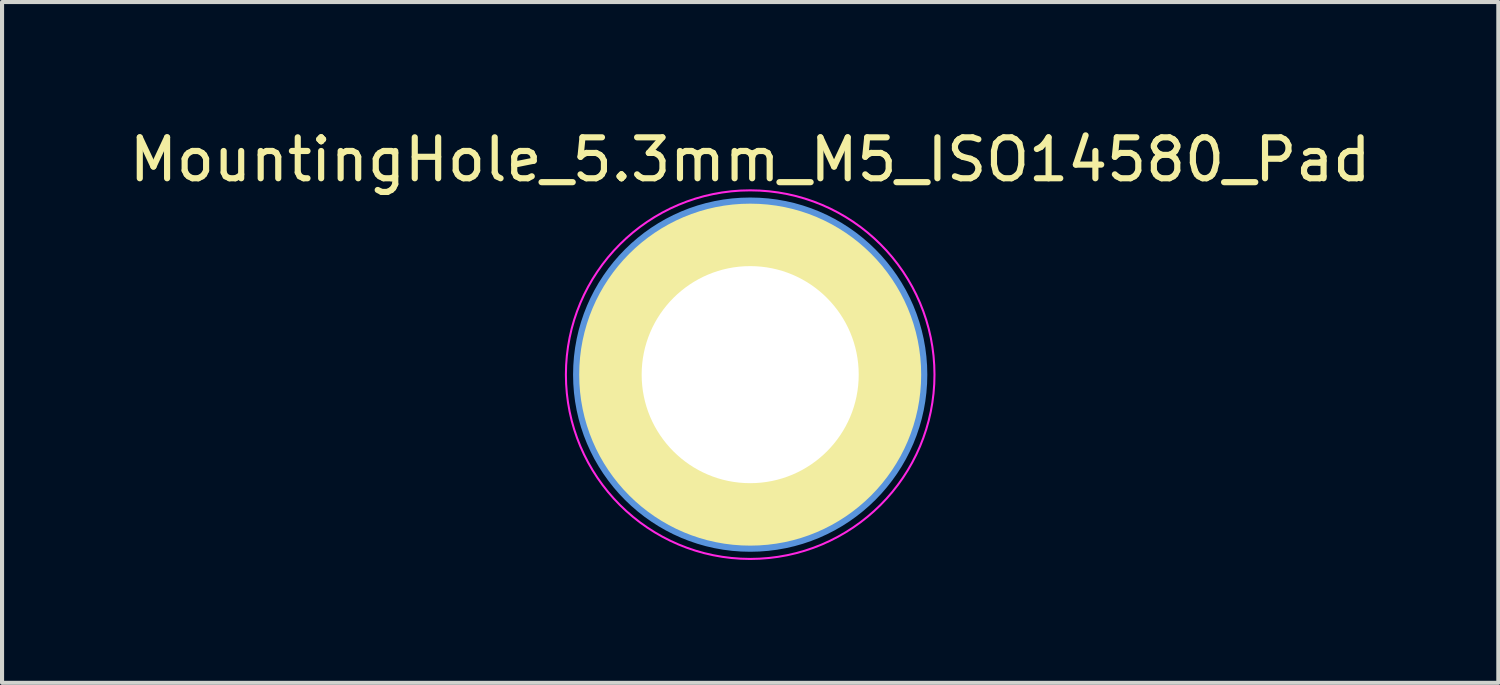
<source format=kicad_pcb>
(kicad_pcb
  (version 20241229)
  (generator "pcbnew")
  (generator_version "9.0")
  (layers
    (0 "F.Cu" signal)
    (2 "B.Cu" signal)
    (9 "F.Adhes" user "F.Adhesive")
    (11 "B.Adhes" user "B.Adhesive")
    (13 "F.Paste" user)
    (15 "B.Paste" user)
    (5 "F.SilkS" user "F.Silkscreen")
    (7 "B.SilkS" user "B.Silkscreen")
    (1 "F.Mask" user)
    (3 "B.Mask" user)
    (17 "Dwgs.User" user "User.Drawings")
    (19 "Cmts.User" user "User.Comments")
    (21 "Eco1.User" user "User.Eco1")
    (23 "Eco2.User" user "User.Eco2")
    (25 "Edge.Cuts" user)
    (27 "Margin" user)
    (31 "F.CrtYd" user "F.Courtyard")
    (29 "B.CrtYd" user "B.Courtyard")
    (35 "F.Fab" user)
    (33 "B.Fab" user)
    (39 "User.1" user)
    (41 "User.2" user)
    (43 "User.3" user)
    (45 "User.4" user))
  (footprint "MountingHole_5.3mm_M5_ISO14580_Pad"
    (layer "F.Cu")
    (at 15.268 6.098)
    (property "Reference" "MountingHole_5.3mm_M5_ISO14580_Pad" (at 0 -5.25 0) (layer "F.SilkS") (effects (font (size 1 1) (thickness 0.15))))
    (attr through_hole)
    (fp_circle (center 0 0) (end 4.25 0) (stroke (width 0.15) (type solid)) (fill no) (layer "Cmts.User"))
    (fp_circle (center 0 0) (end 4.5 0) (stroke (width 0.05) (type solid)) (fill no) (layer "F.CrtYd"))
    (pad "1" thru_hole circle (at 0 0) (size 8.5 8.5) (drill 5.3) (layers "*.Cu" "*.Mask" "F.SilkS")))
  (gr_rect
    (start -3 -3)
    (end 33.536 13.623)
    (stroke (width 0.1) (type default))
    (fill no)
    (layer "Edge.Cuts")))
</source>
